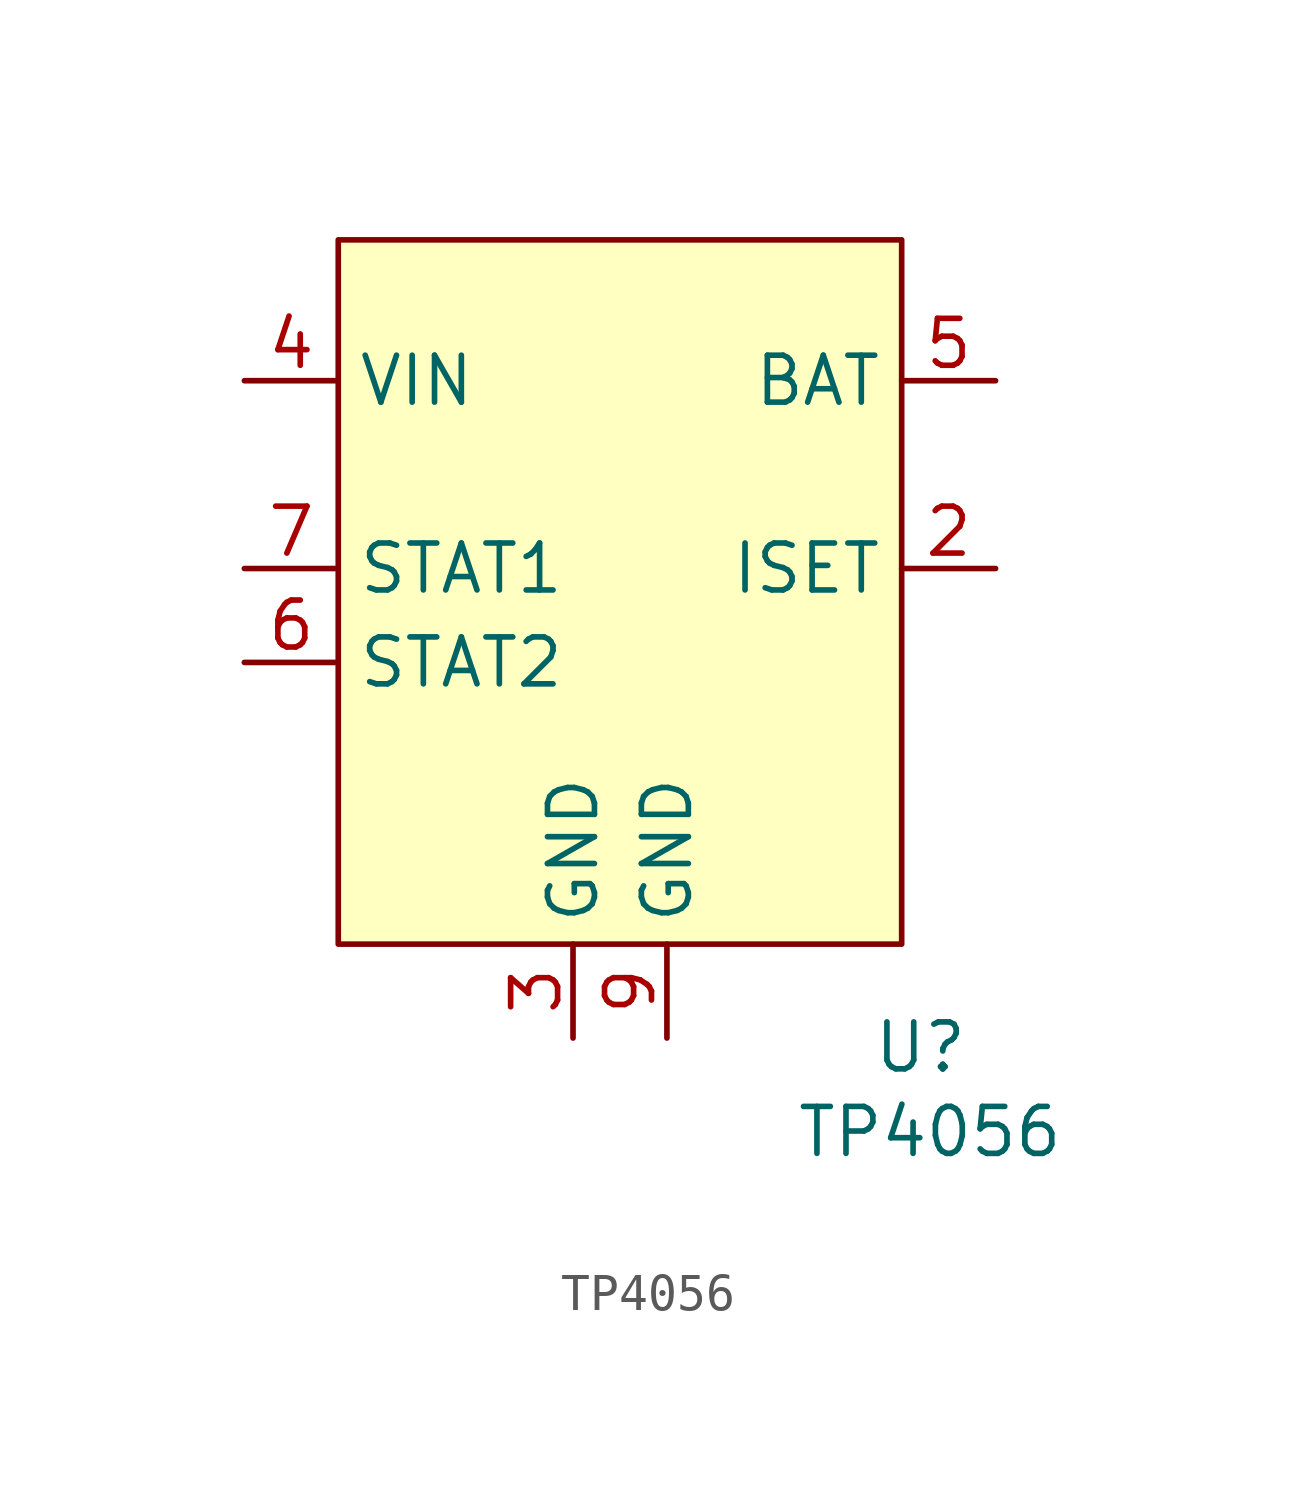
<source format=kicad_sym>
(kicad_symbol_lib
  (version 20231120)
  (generator "kicad_symbol_editor")
  (generator_version "8.0")
  (symbol "TP4056"
    (property "Reference" "U"
      (at 8.128 -12.954 0)
      (effects (font (size 1.27 1.27))))
    (property "Value" "TP4056"
      (at 8.382 -15.24 0)
      (effects (font (size 1.27 1.27))))
    (symbol "TP4056_1_1"
      (rectangle (start -7.62 8.89) (end 7.62 -10.16) (stroke (width 0) (type default)) (fill (type background)))
      (pin no_connect line (at 10.16 -5.08 180) (length 2.54) hide (name "NC" (effects (font (size 1.27 1.27)))) (number "1" (effects (font (size 1.27 1.27)))))
      (pin input line (at 10.16 0 180) (length 2.54) (name "ISET" (effects (font (size 1.27 1.27)))) (number "2" (effects (font (size 1.27 1.27)))))
      (pin power_in line (at -1.27 -12.7 90) (length 2.54) (name "GND" (effects (font (size 1.27 1.27)))) (number "3" (effects (font (size 1.27 1.27)))))
      (pin power_in line (at -10.16 5.08 0) (length 2.54) (name "VIN" (effects (font (size 1.27 1.27)))) (number "4" (effects (font (size 1.27 1.27)))))
      (pin power_in line (at 10.16 5.08 180) (length 2.54) (name "BAT" (effects (font (size 1.27 1.27)))) (number "5" (effects (font (size 1.27 1.27)))))
      (pin open_collector line (at -10.16 -2.54 0) (length 2.54) (name "STAT2" (effects (font (size 1.27 1.27)))) (number "6" (effects (font (size 1.27 1.27)))))
      (pin open_collector line (at -10.16 0 0) (length 2.54) (name "STAT1" (effects (font (size 1.27 1.27)))) (number "7" (effects (font (size 1.27 1.27)))))
      (pin no_connect line (at 10.16 -7.62 180) (length 2.54) hide (name "NC" (effects (font (size 1.27 1.27)))) (number "8" (effects (font (size 1.27 1.27)))))
      (pin power_in line (at 1.27 -12.7 90) (length 2.54) (name "GND" (effects (font (size 1.27 1.27)))) (number "9" (effects (font (size 1.27 1.27))))))))
</source>
